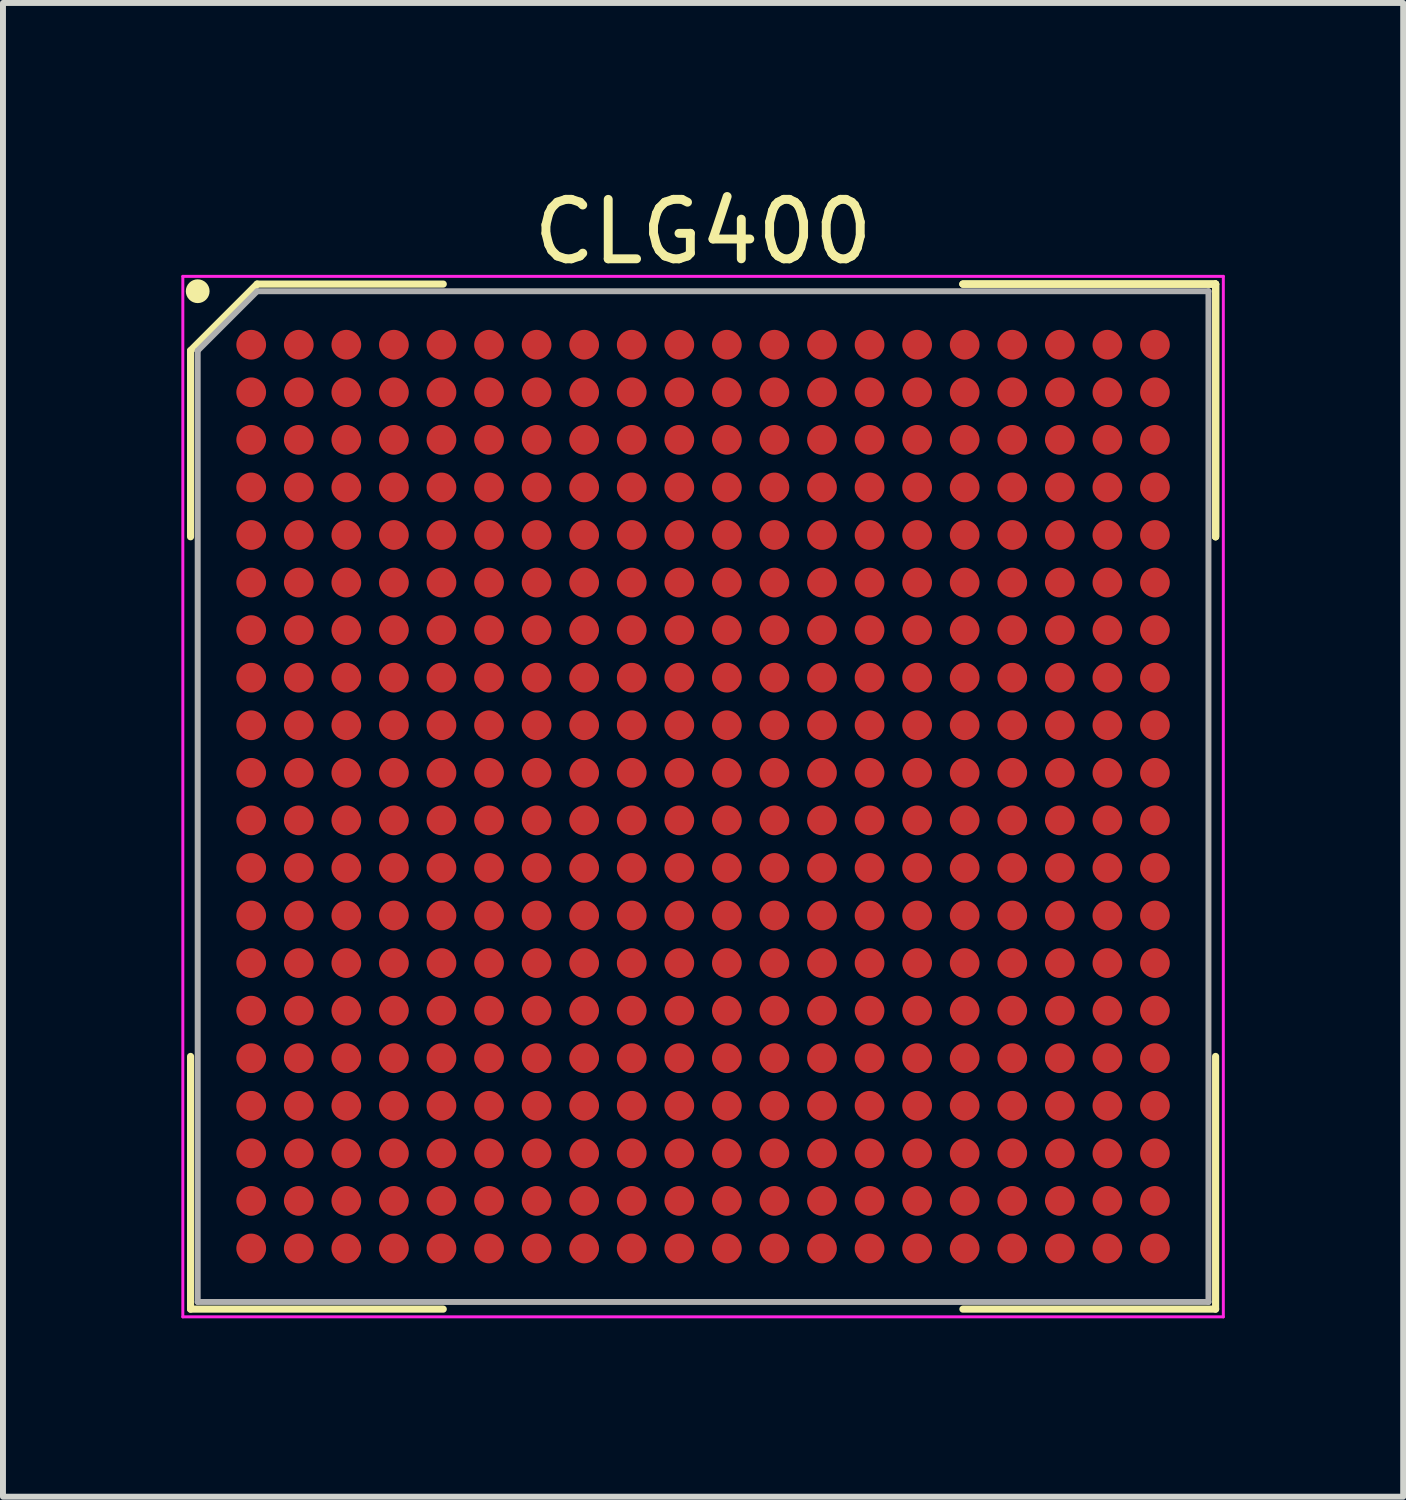
<source format=kicad_pcb>
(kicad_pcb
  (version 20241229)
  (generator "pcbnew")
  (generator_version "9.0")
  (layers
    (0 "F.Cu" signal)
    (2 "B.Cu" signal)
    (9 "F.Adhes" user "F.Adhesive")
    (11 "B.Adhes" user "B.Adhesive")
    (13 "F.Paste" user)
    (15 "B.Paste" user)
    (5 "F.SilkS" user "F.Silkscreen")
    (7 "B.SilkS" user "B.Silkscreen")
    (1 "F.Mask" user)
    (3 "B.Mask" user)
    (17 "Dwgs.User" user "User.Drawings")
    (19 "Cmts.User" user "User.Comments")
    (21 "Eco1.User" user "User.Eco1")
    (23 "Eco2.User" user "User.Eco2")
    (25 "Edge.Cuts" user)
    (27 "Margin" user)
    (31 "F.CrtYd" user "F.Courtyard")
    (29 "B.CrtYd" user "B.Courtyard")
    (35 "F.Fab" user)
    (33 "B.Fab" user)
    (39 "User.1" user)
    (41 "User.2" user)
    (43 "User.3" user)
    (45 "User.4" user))
  (footprint "CLG400"
    (layer "F.Cu")
    (at 8.775 10.348)
    (property "Reference" "CLG400" (at 0 -9.5 0) (layer "F.SilkS") (effects (font (size 1 1) (thickness 0.15))))
    (attr smd)
    (fp_line (start -8.62 -7.5) (end -8.62 -4.37) (stroke (width 0.12) (type solid)) (layer "F.SilkS"))
    (fp_line (start -8.62 8.62) (end -8.62 4.37) (stroke (width 0.12) (type solid)) (layer "F.SilkS"))
    (fp_line (start -7.5 -8.62) (end -8.62 -7.5) (stroke (width 0.12) (type solid)) (layer "F.SilkS"))
    (fp_line (start -4.37 -8.62) (end -7.5 -8.62) (stroke (width 0.12) (type solid)) (layer "F.SilkS"))
    (fp_line (start -4.37 8.62) (end -8.62 8.62) (stroke (width 0.12) (type solid)) (layer "F.SilkS"))
    (fp_line (start 4.37 -8.62) (end 8.62 -8.62) (stroke (width 0.12) (type solid)) (layer "F.SilkS"))
    (fp_line (start 4.37 -8.62) (end 8.62 -8.62) (stroke (width 0.12) (type solid)) (layer "F.SilkS"))
    (fp_line (start 4.37 -8.62) (end 8.62 -8.62) (stroke (width 0.12) (type solid)) (layer "F.SilkS"))
    (fp_line (start 4.37 8.62) (end 8.62 8.62) (stroke (width 0.12) (type solid)) (layer "F.SilkS"))
    (fp_line (start 8.62 -8.62) (end 8.62 -4.37) (stroke (width 0.12) (type solid)) (layer "F.SilkS"))
    (fp_line (start 8.62 -8.62) (end 8.62 -4.37) (stroke (width 0.12) (type solid)) (layer "F.SilkS"))
    (fp_line (start 8.62 -8.62) (end 8.62 -4.37) (stroke (width 0.12) (type solid)) (layer "F.SilkS"))
    (fp_line (start 8.62 8.62) (end 8.62 4.37) (stroke (width 0.12) (type solid)) (layer "F.SilkS"))
    (fp_circle (center -8.5 -8.5) (end -8.5 -8.4) (stroke (width 0.2) (type solid)) (fill no) (layer "F.SilkS"))
    (fp_line (start -8.75 -8.75) (end 8.75 -8.75) (stroke (width 0.05) (type solid)) (layer "F.CrtYd"))
    (fp_line (start -8.75 8.75) (end -8.75 -8.75) (stroke (width 0.05) (type solid)) (layer "F.CrtYd"))
    (fp_line (start 8.75 -8.75) (end 8.75 8.75) (stroke (width 0.05) (type solid)) (layer "F.CrtYd"))
    (fp_line (start 8.75 8.75) (end -8.75 8.75) (stroke (width 0.05) (type solid)) (layer "F.CrtYd"))
    (fp_line (start -8.5 -7.5) (end -8.5 8.5) (stroke (width 0.1) (type solid)) (layer "F.Fab"))
    (fp_line (start -8.5 8.5) (end 8.5 8.5) (stroke (width 0.1) (type solid)) (layer "F.Fab"))
    (fp_line (start -7.5 -8.5) (end -8.5 -7.5) (stroke (width 0.1) (type solid)) (layer "F.Fab"))
    (fp_line (start 8.5 -8.5) (end -7.5 -8.5) (stroke (width 0.1) (type solid)) (layer "F.Fab"))
    (fp_line (start 8.5 8.5) (end 8.5 -8.5) (stroke (width 0.1) (type solid)) (layer "F.Fab"))
    (pad "A1" smd circle (at -7.6 -7.6) (size 0.5 0.5) (layers "F.Cu" "F.Mask" "F.Paste"))
    (pad "A2" smd circle (at -6.8 -7.6) (size 0.5 0.5) (layers "F.Cu" "F.Mask" "F.Paste"))
    (pad "A3" smd circle (at -6 -7.6) (size 0.5 0.5) (layers "F.Cu" "F.Mask" "F.Paste"))
    (pad "A4" smd circle (at -5.2 -7.6) (size 0.5 0.5) (layers "F.Cu" "F.Mask" "F.Paste"))
    (pad "A5" smd circle (at -4.4 -7.6) (size 0.5 0.5) (layers "F.Cu" "F.Mask" "F.Paste"))
    (pad "A6" smd circle (at -3.6 -7.6) (size 0.5 0.5) (layers "F.Cu" "F.Mask" "F.Paste"))
    (pad "A7" smd circle (at -2.8 -7.6) (size 0.5 0.5) (layers "F.Cu" "F.Mask" "F.Paste"))
    (pad "A8" smd circle (at -2 -7.6) (size 0.5 0.5) (layers "F.Cu" "F.Mask" "F.Paste"))
    (pad "A9" smd circle (at -1.2 -7.6) (size 0.5 0.5) (layers "F.Cu" "F.Mask" "F.Paste"))
    (pad "A10" smd circle (at -0.4 -7.6) (size 0.5 0.5) (layers "F.Cu" "F.Mask" "F.Paste"))
    (pad "A11" smd circle (at 0.4 -7.6) (size 0.5 0.5) (layers "F.Cu" "F.Mask" "F.Paste"))
    (pad "A12" smd circle (at 1.2 -7.6) (size 0.5 0.5) (layers "F.Cu" "F.Mask" "F.Paste"))
    (pad "A13" smd circle (at 2 -7.6) (size 0.5 0.5) (layers "F.Cu" "F.Mask" "F.Paste"))
    (pad "A14" smd circle (at 2.8 -7.6) (size 0.5 0.5) (layers "F.Cu" "F.Mask" "F.Paste"))
    (pad "A15" smd circle (at 3.6 -7.6) (size 0.5 0.5) (layers "F.Cu" "F.Mask" "F.Paste"))
    (pad "A16" smd circle (at 4.4 -7.6) (size 0.5 0.5) (layers "F.Cu" "F.Mask" "F.Paste"))
    (pad "A17" smd circle (at 5.2 -7.6) (size 0.5 0.5) (layers "F.Cu" "F.Mask" "F.Paste"))
    (pad "A18" smd circle (at 6 -7.6) (size 0.5 0.5) (layers "F.Cu" "F.Mask" "F.Paste"))
    (pad "A19" smd circle (at 6.8 -7.6) (size 0.5 0.5) (layers "F.Cu" "F.Mask" "F.Paste"))
    (pad "A20" smd circle (at 7.6 -7.6) (size 0.5 0.5) (layers "F.Cu" "F.Mask" "F.Paste"))
    (pad "B1" smd circle (at -7.6 -6.8) (size 0.5 0.5) (layers "F.Cu" "F.Mask" "F.Paste"))
    (pad "B2" smd circle (at -6.8 -6.8) (size 0.5 0.5) (layers "F.Cu" "F.Mask" "F.Paste"))
    (pad "B3" smd circle (at -6 -6.8) (size 0.5 0.5) (layers "F.Cu" "F.Mask" "F.Paste"))
    (pad "B4" smd circle (at -5.2 -6.8) (size 0.5 0.5) (layers "F.Cu" "F.Mask" "F.Paste"))
    (pad "B5" smd circle (at -4.4 -6.8) (size 0.5 0.5) (layers "F.Cu" "F.Mask" "F.Paste"))
    (pad "B6" smd circle (at -3.6 -6.8) (size 0.5 0.5) (layers "F.Cu" "F.Mask" "F.Paste"))
    (pad "B7" smd circle (at -2.8 -6.8) (size 0.5 0.5) (layers "F.Cu" "F.Mask" "F.Paste"))
    (pad "B8" smd circle (at -2 -6.8) (size 0.5 0.5) (layers "F.Cu" "F.Mask" "F.Paste"))
    (pad "B9" smd circle (at -1.2 -6.8) (size 0.5 0.5) (layers "F.Cu" "F.Mask" "F.Paste"))
    (pad "B10" smd circle (at -0.4 -6.8) (size 0.5 0.5) (layers "F.Cu" "F.Mask" "F.Paste"))
    (pad "B11" smd circle (at 0.4 -6.8) (size 0.5 0.5) (layers "F.Cu" "F.Mask" "F.Paste"))
    (pad "B12" smd circle (at 1.2 -6.8) (size 0.5 0.5) (layers "F.Cu" "F.Mask" "F.Paste"))
    (pad "B13" smd circle (at 2 -6.8) (size 0.5 0.5) (layers "F.Cu" "F.Mask" "F.Paste"))
    (pad "B14" smd circle (at 2.8 -6.8) (size 0.5 0.5) (layers "F.Cu" "F.Mask" "F.Paste"))
    (pad "B15" smd circle (at 3.6 -6.8) (size 0.5 0.5) (layers "F.Cu" "F.Mask" "F.Paste"))
    (pad "B16" smd circle (at 4.4 -6.8) (size 0.5 0.5) (layers "F.Cu" "F.Mask" "F.Paste"))
    (pad "B17" smd circle (at 5.2 -6.8) (size 0.5 0.5) (layers "F.Cu" "F.Mask" "F.Paste"))
    (pad "B18" smd circle (at 6 -6.8) (size 0.5 0.5) (layers "F.Cu" "F.Mask" "F.Paste"))
    (pad "B19" smd circle (at 6.8 -6.8) (size 0.5 0.5) (layers "F.Cu" "F.Mask" "F.Paste"))
    (pad "B20" smd circle (at 7.6 -6.8) (size 0.5 0.5) (layers "F.Cu" "F.Mask" "F.Paste"))
    (pad "C1" smd circle (at -7.6 -6) (size 0.5 0.5) (layers "F.Cu" "F.Mask" "F.Paste"))
    (pad "C2" smd circle (at -6.8 -6) (size 0.5 0.5) (layers "F.Cu" "F.Mask" "F.Paste"))
    (pad "C3" smd circle (at -6 -6) (size 0.5 0.5) (layers "F.Cu" "F.Mask" "F.Paste"))
    (pad "C4" smd circle (at -5.2 -6) (size 0.5 0.5) (layers "F.Cu" "F.Mask" "F.Paste"))
    (pad "C5" smd circle (at -4.4 -6) (size 0.5 0.5) (layers "F.Cu" "F.Mask" "F.Paste"))
    (pad "C6" smd circle (at -3.6 -6) (size 0.5 0.5) (layers "F.Cu" "F.Mask" "F.Paste"))
    (pad "C7" smd circle (at -2.8 -6) (size 0.5 0.5) (layers "F.Cu" "F.Mask" "F.Paste"))
    (pad "C8" smd circle (at -2 -6) (size 0.5 0.5) (layers "F.Cu" "F.Mask" "F.Paste"))
    (pad "C9" smd circle (at -1.2 -6) (size 0.5 0.5) (layers "F.Cu" "F.Mask" "F.Paste"))
    (pad "C10" smd circle (at -0.4 -6) (size 0.5 0.5) (layers "F.Cu" "F.Mask" "F.Paste"))
    (pad "C11" smd circle (at 0.4 -6) (size 0.5 0.5) (layers "F.Cu" "F.Mask" "F.Paste"))
    (pad "C12" smd circle (at 1.2 -6) (size 0.5 0.5) (layers "F.Cu" "F.Mask" "F.Paste"))
    (pad "C13" smd circle (at 2 -6) (size 0.5 0.5) (layers "F.Cu" "F.Mask" "F.Paste"))
    (pad "C14" smd circle (at 2.8 -6) (size 0.5 0.5) (layers "F.Cu" "F.Mask" "F.Paste"))
    (pad "C15" smd circle (at 3.6 -6) (size 0.5 0.5) (layers "F.Cu" "F.Mask" "F.Paste"))
    (pad "C16" smd circle (at 4.4 -6) (size 0.5 0.5) (layers "F.Cu" "F.Mask" "F.Paste"))
    (pad "C17" smd circle (at 5.2 -6) (size 0.5 0.5) (layers "F.Cu" "F.Mask" "F.Paste"))
    (pad "C18" smd circle (at 6 -6) (size 0.5 0.5) (layers "F.Cu" "F.Mask" "F.Paste"))
    (pad "C19" smd circle (at 6.8 -6) (size 0.5 0.5) (layers "F.Cu" "F.Mask" "F.Paste"))
    (pad "C20" smd circle (at 7.6 -6) (size 0.5 0.5) (layers "F.Cu" "F.Mask" "F.Paste"))
    (pad "D1" smd circle (at -7.6 -5.2) (size 0.5 0.5) (layers "F.Cu" "F.Mask" "F.Paste"))
    (pad "D2" smd circle (at -6.8 -5.2) (size 0.5 0.5) (layers "F.Cu" "F.Mask" "F.Paste"))
    (pad "D3" smd circle (at -6 -5.2) (size 0.5 0.5) (layers "F.Cu" "F.Mask" "F.Paste"))
    (pad "D4" smd circle (at -5.2 -5.2) (size 0.5 0.5) (layers "F.Cu" "F.Mask" "F.Paste"))
    (pad "D5" smd circle (at -4.4 -5.2) (size 0.5 0.5) (layers "F.Cu" "F.Mask" "F.Paste"))
    (pad "D6" smd circle (at -3.6 -5.2) (size 0.5 0.5) (layers "F.Cu" "F.Mask" "F.Paste"))
    (pad "D7" smd circle (at -2.8 -5.2) (size 0.5 0.5) (layers "F.Cu" "F.Mask" "F.Paste"))
    (pad "D8" smd circle (at -2 -5.2) (size 0.5 0.5) (layers "F.Cu" "F.Mask" "F.Paste"))
    (pad "D9" smd circle (at -1.2 -5.2) (size 0.5 0.5) (layers "F.Cu" "F.Mask" "F.Paste"))
    (pad "D10" smd circle (at -0.4 -5.2) (size 0.5 0.5) (layers "F.Cu" "F.Mask" "F.Paste"))
    (pad "D11" smd circle (at 0.4 -5.2) (size 0.5 0.5) (layers "F.Cu" "F.Mask" "F.Paste"))
    (pad "D12" smd circle (at 1.2 -5.2) (size 0.5 0.5) (layers "F.Cu" "F.Mask" "F.Paste"))
    (pad "D13" smd circle (at 2 -5.2) (size 0.5 0.5) (layers "F.Cu" "F.Mask" "F.Paste"))
    (pad "D14" smd circle (at 2.8 -5.2) (size 0.5 0.5) (layers "F.Cu" "F.Mask" "F.Paste"))
    (pad "D15" smd circle (at 3.6 -5.2) (size 0.5 0.5) (layers "F.Cu" "F.Mask" "F.Paste"))
    (pad "D16" smd circle (at 4.4 -5.2) (size 0.5 0.5) (layers "F.Cu" "F.Mask" "F.Paste"))
    (pad "D17" smd circle (at 5.2 -5.2) (size 0.5 0.5) (layers "F.Cu" "F.Mask" "F.Paste"))
    (pad "D18" smd circle (at 6 -5.2) (size 0.5 0.5) (layers "F.Cu" "F.Mask" "F.Paste"))
    (pad "D19" smd circle (at 6.8 -5.2) (size 0.5 0.5) (layers "F.Cu" "F.Mask" "F.Paste"))
    (pad "D20" smd circle (at 7.6 -5.2) (size 0.5 0.5) (layers "F.Cu" "F.Mask" "F.Paste"))
    (pad "E1" smd circle (at -7.6 -4.4) (size 0.5 0.5) (layers "F.Cu" "F.Mask" "F.Paste"))
    (pad "E2" smd circle (at -6.8 -4.4) (size 0.5 0.5) (layers "F.Cu" "F.Mask" "F.Paste"))
    (pad "E3" smd circle (at -6 -4.4) (size 0.5 0.5) (layers "F.Cu" "F.Mask" "F.Paste"))
    (pad "E4" smd circle (at -5.2 -4.4) (size 0.5 0.5) (layers "F.Cu" "F.Mask" "F.Paste"))
    (pad "E5" smd circle (at -4.4 -4.4) (size 0.5 0.5) (layers "F.Cu" "F.Mask" "F.Paste"))
    (pad "E6" smd circle (at -3.6 -4.4) (size 0.5 0.5) (layers "F.Cu" "F.Mask" "F.Paste"))
    (pad "E7" smd circle (at -2.8 -4.4) (size 0.5 0.5) (layers "F.Cu" "F.Mask" "F.Paste"))
    (pad "E8" smd circle (at -2 -4.4) (size 0.5 0.5) (layers "F.Cu" "F.Mask" "F.Paste"))
    (pad "E9" smd circle (at -1.2 -4.4) (size 0.5 0.5) (layers "F.Cu" "F.Mask" "F.Paste"))
    (pad "E10" smd circle (at -0.4 -4.4) (size 0.5 0.5) (layers "F.Cu" "F.Mask" "F.Paste"))
    (pad "E11" smd circle (at 0.4 -4.4) (size 0.5 0.5) (layers "F.Cu" "F.Mask" "F.Paste"))
    (pad "E12" smd circle (at 1.2 -4.4) (size 0.5 0.5) (layers "F.Cu" "F.Mask" "F.Paste"))
    (pad "E13" smd circle (at 2 -4.4) (size 0.5 0.5) (layers "F.Cu" "F.Mask" "F.Paste"))
    (pad "E14" smd circle (at 2.8 -4.4) (size 0.5 0.5) (layers "F.Cu" "F.Mask" "F.Paste"))
    (pad "E15" smd circle (at 3.6 -4.4) (size 0.5 0.5) (layers "F.Cu" "F.Mask" "F.Paste"))
    (pad "E16" smd circle (at 4.4 -4.4) (size 0.5 0.5) (layers "F.Cu" "F.Mask" "F.Paste"))
    (pad "E17" smd circle (at 5.2 -4.4) (size 0.5 0.5) (layers "F.Cu" "F.Mask" "F.Paste"))
    (pad "E18" smd circle (at 6 -4.4) (size 0.5 0.5) (layers "F.Cu" "F.Mask" "F.Paste"))
    (pad "E19" smd circle (at 6.8 -4.4) (size 0.5 0.5) (layers "F.Cu" "F.Mask" "F.Paste"))
    (pad "E20" smd circle (at 7.6 -4.4) (size 0.5 0.5) (layers "F.Cu" "F.Mask" "F.Paste"))
    (pad "F1" smd circle (at -7.6 -3.6) (size 0.5 0.5) (layers "F.Cu" "F.Mask" "F.Paste"))
    (pad "F2" smd circle (at -6.8 -3.6) (size 0.5 0.5) (layers "F.Cu" "F.Mask" "F.Paste"))
    (pad "F3" smd circle (at -6 -3.6) (size 0.5 0.5) (layers "F.Cu" "F.Mask" "F.Paste"))
    (pad "F4" smd circle (at -5.2 -3.6) (size 0.5 0.5) (layers "F.Cu" "F.Mask" "F.Paste"))
    (pad "F5" smd circle (at -4.4 -3.6) (size 0.5 0.5) (layers "F.Cu" "F.Mask" "F.Paste"))
    (pad "F6" smd circle (at -3.6 -3.6) (size 0.5 0.5) (layers "F.Cu" "F.Mask" "F.Paste"))
    (pad "F7" smd circle (at -2.8 -3.6) (size 0.5 0.5) (layers "F.Cu" "F.Mask" "F.Paste"))
    (pad "F8" smd circle (at -2 -3.6) (size 0.5 0.5) (layers "F.Cu" "F.Mask" "F.Paste"))
    (pad "F9" smd circle (at -1.2 -3.6) (size 0.5 0.5) (layers "F.Cu" "F.Mask" "F.Paste"))
    (pad "F10" smd circle (at -0.4 -3.6) (size 0.5 0.5) (layers "F.Cu" "F.Mask" "F.Paste"))
    (pad "F11" smd circle (at 0.4 -3.6) (size 0.5 0.5) (layers "F.Cu" "F.Mask" "F.Paste"))
    (pad "F12" smd circle (at 1.2 -3.6) (size 0.5 0.5) (layers "F.Cu" "F.Mask" "F.Paste"))
    (pad "F13" smd circle (at 2 -3.6) (size 0.5 0.5) (layers "F.Cu" "F.Mask" "F.Paste"))
    (pad "F14" smd circle (at 2.8 -3.6) (size 0.5 0.5) (layers "F.Cu" "F.Mask" "F.Paste"))
    (pad "F15" smd circle (at 3.6 -3.6) (size 0.5 0.5) (layers "F.Cu" "F.Mask" "F.Paste"))
    (pad "F16" smd circle (at 4.4 -3.6) (size 0.5 0.5) (layers "F.Cu" "F.Mask" "F.Paste"))
    (pad "F17" smd circle (at 5.2 -3.6) (size 0.5 0.5) (layers "F.Cu" "F.Mask" "F.Paste"))
    (pad "F18" smd circle (at 6 -3.6) (size 0.5 0.5) (layers "F.Cu" "F.Mask" "F.Paste"))
    (pad "F19" smd circle (at 6.8 -3.6) (size 0.5 0.5) (layers "F.Cu" "F.Mask" "F.Paste"))
    (pad "F20" smd circle (at 7.6 -3.6) (size 0.5 0.5) (layers "F.Cu" "F.Mask" "F.Paste"))
    (pad "G1" smd circle (at -7.6 -2.8) (size 0.5 0.5) (layers "F.Cu" "F.Mask" "F.Paste"))
    (pad "G2" smd circle (at -6.8 -2.8) (size 0.5 0.5) (layers "F.Cu" "F.Mask" "F.Paste"))
    (pad "G3" smd circle (at -6 -2.8) (size 0.5 0.5) (layers "F.Cu" "F.Mask" "F.Paste"))
    (pad "G4" smd circle (at -5.2 -2.8) (size 0.5 0.5) (layers "F.Cu" "F.Mask" "F.Paste"))
    (pad "G5" smd circle (at -4.4 -2.8) (size 0.5 0.5) (layers "F.Cu" "F.Mask" "F.Paste"))
    (pad "G6" smd circle (at -3.6 -2.8) (size 0.5 0.5) (layers "F.Cu" "F.Mask" "F.Paste"))
    (pad "G7" smd circle (at -2.8 -2.8) (size 0.5 0.5) (layers "F.Cu" "F.Mask" "F.Paste"))
    (pad "G8" smd circle (at -2 -2.8) (size 0.5 0.5) (layers "F.Cu" "F.Mask" "F.Paste"))
    (pad "G9" smd circle (at -1.2 -2.8) (size 0.5 0.5) (layers "F.Cu" "F.Mask" "F.Paste"))
    (pad "G10" smd circle (at -0.4 -2.8) (size 0.5 0.5) (layers "F.Cu" "F.Mask" "F.Paste"))
    (pad "G11" smd circle (at 0.4 -2.8) (size 0.5 0.5) (layers "F.Cu" "F.Mask" "F.Paste"))
    (pad "G12" smd circle (at 1.2 -2.8) (size 0.5 0.5) (layers "F.Cu" "F.Mask" "F.Paste"))
    (pad "G13" smd circle (at 2 -2.8) (size 0.5 0.5) (layers "F.Cu" "F.Mask" "F.Paste"))
    (pad "G14" smd circle (at 2.8 -2.8) (size 0.5 0.5) (layers "F.Cu" "F.Mask" "F.Paste"))
    (pad "G15" smd circle (at 3.6 -2.8) (size 0.5 0.5) (layers "F.Cu" "F.Mask" "F.Paste"))
    (pad "G16" smd circle (at 4.4 -2.8) (size 0.5 0.5) (layers "F.Cu" "F.Mask" "F.Paste"))
    (pad "G17" smd circle (at 5.2 -2.8) (size 0.5 0.5) (layers "F.Cu" "F.Mask" "F.Paste"))
    (pad "G18" smd circle (at 6 -2.8) (size 0.5 0.5) (layers "F.Cu" "F.Mask" "F.Paste"))
    (pad "G19" smd circle (at 6.8 -2.8) (size 0.5 0.5) (layers "F.Cu" "F.Mask" "F.Paste"))
    (pad "G20" smd circle (at 7.6 -2.8) (size 0.5 0.5) (layers "F.Cu" "F.Mask" "F.Paste"))
    (pad "H1" smd circle (at -7.6 -2) (size 0.5 0.5) (layers "F.Cu" "F.Mask" "F.Paste"))
    (pad "H2" smd circle (at -6.8 -2) (size 0.5 0.5) (layers "F.Cu" "F.Mask" "F.Paste"))
    (pad "H3" smd circle (at -6 -2) (size 0.5 0.5) (layers "F.Cu" "F.Mask" "F.Paste"))
    (pad "H4" smd circle (at -5.2 -2) (size 0.5 0.5) (layers "F.Cu" "F.Mask" "F.Paste"))
    (pad "H5" smd circle (at -4.4 -2) (size 0.5 0.5) (layers "F.Cu" "F.Mask" "F.Paste"))
    (pad "H6" smd circle (at -3.6 -2) (size 0.5 0.5) (layers "F.Cu" "F.Mask" "F.Paste"))
    (pad "H7" smd circle (at -2.8 -2) (size 0.5 0.5) (layers "F.Cu" "F.Mask" "F.Paste"))
    (pad "H8" smd circle (at -2 -2) (size 0.5 0.5) (layers "F.Cu" "F.Mask" "F.Paste"))
    (pad "H9" smd circle (at -1.2 -2) (size 0.5 0.5) (layers "F.Cu" "F.Mask" "F.Paste"))
    (pad "H10" smd circle (at -0.4 -2) (size 0.5 0.5) (layers "F.Cu" "F.Mask" "F.Paste"))
    (pad "H11" smd circle (at 0.4 -2) (size 0.5 0.5) (layers "F.Cu" "F.Mask" "F.Paste"))
    (pad "H12" smd circle (at 1.2 -2) (size 0.5 0.5) (layers "F.Cu" "F.Mask" "F.Paste"))
    (pad "H13" smd circle (at 2 -2) (size 0.5 0.5) (layers "F.Cu" "F.Mask" "F.Paste"))
    (pad "H14" smd circle (at 2.8 -2) (size 0.5 0.5) (layers "F.Cu" "F.Mask" "F.Paste"))
    (pad "H15" smd circle (at 3.6 -2) (size 0.5 0.5) (layers "F.Cu" "F.Mask" "F.Paste"))
    (pad "H16" smd circle (at 4.4 -2) (size 0.5 0.5) (layers "F.Cu" "F.Mask" "F.Paste"))
    (pad "H17" smd circle (at 5.2 -2) (size 0.5 0.5) (layers "F.Cu" "F.Mask" "F.Paste"))
    (pad "H18" smd circle (at 6 -2) (size 0.5 0.5) (layers "F.Cu" "F.Mask" "F.Paste"))
    (pad "H19" smd circle (at 6.8 -2) (size 0.5 0.5) (layers "F.Cu" "F.Mask" "F.Paste"))
    (pad "H20" smd circle (at 7.6 -2) (size 0.5 0.5) (layers "F.Cu" "F.Mask" "F.Paste"))
    (pad "J1" smd circle (at -7.6 -1.2) (size 0.5 0.5) (layers "F.Cu" "F.Mask" "F.Paste"))
    (pad "J2" smd circle (at -6.8 -1.2) (size 0.5 0.5) (layers "F.Cu" "F.Mask" "F.Paste"))
    (pad "J3" smd circle (at -6 -1.2) (size 0.5 0.5) (layers "F.Cu" "F.Mask" "F.Paste"))
    (pad "J4" smd circle (at -5.2 -1.2) (size 0.5 0.5) (layers "F.Cu" "F.Mask" "F.Paste"))
    (pad "J5" smd circle (at -4.4 -1.2) (size 0.5 0.5) (layers "F.Cu" "F.Mask" "F.Paste"))
    (pad "J6" smd circle (at -3.6 -1.2) (size 0.5 0.5) (layers "F.Cu" "F.Mask" "F.Paste"))
    (pad "J7" smd circle (at -2.8 -1.2) (size 0.5 0.5) (layers "F.Cu" "F.Mask" "F.Paste"))
    (pad "J8" smd circle (at -2 -1.2) (size 0.5 0.5) (layers "F.Cu" "F.Mask" "F.Paste"))
    (pad "J9" smd circle (at -1.2 -1.2) (size 0.5 0.5) (layers "F.Cu" "F.Mask" "F.Paste"))
    (pad "J10" smd circle (at -0.4 -1.2) (size 0.5 0.5) (layers "F.Cu" "F.Mask" "F.Paste"))
    (pad "J11" smd circle (at 0.4 -1.2) (size 0.5 0.5) (layers "F.Cu" "F.Mask" "F.Paste"))
    (pad "J12" smd circle (at 1.2 -1.2) (size 0.5 0.5) (layers "F.Cu" "F.Mask" "F.Paste"))
    (pad "J13" smd circle (at 2 -1.2) (size 0.5 0.5) (layers "F.Cu" "F.Mask" "F.Paste"))
    (pad "J14" smd circle (at 2.8 -1.2) (size 0.5 0.5) (layers "F.Cu" "F.Mask" "F.Paste"))
    (pad "J15" smd circle (at 3.6 -1.2) (size 0.5 0.5) (layers "F.Cu" "F.Mask" "F.Paste"))
    (pad "J16" smd circle (at 4.4 -1.2) (size 0.5 0.5) (layers "F.Cu" "F.Mask" "F.Paste"))
    (pad "J17" smd circle (at 5.2 -1.2) (size 0.5 0.5) (layers "F.Cu" "F.Mask" "F.Paste"))
    (pad "J18" smd circle (at 6 -1.2) (size 0.5 0.5) (layers "F.Cu" "F.Mask" "F.Paste"))
    (pad "J19" smd circle (at 6.8 -1.2) (size 0.5 0.5) (layers "F.Cu" "F.Mask" "F.Paste"))
    (pad "J20" smd circle (at 7.6 -1.2) (size 0.5 0.5) (layers "F.Cu" "F.Mask" "F.Paste"))
    (pad "K1" smd circle (at -7.6 -0.4) (size 0.5 0.5) (layers "F.Cu" "F.Mask" "F.Paste"))
    (pad "K2" smd circle (at -6.8 -0.4) (size 0.5 0.5) (layers "F.Cu" "F.Mask" "F.Paste"))
    (pad "K3" smd circle (at -6 -0.4) (size 0.5 0.5) (layers "F.Cu" "F.Mask" "F.Paste"))
    (pad "K4" smd circle (at -5.2 -0.4) (size 0.5 0.5) (layers "F.Cu" "F.Mask" "F.Paste"))
    (pad "K5" smd circle (at -4.4 -0.4) (size 0.5 0.5) (layers "F.Cu" "F.Mask" "F.Paste"))
    (pad "K6" smd circle (at -3.6 -0.4) (size 0.5 0.5) (layers "F.Cu" "F.Mask" "F.Paste"))
    (pad "K7" smd circle (at -2.8 -0.4) (size 0.5 0.5) (layers "F.Cu" "F.Mask" "F.Paste"))
    (pad "K8" smd circle (at -2 -0.4) (size 0.5 0.5) (layers "F.Cu" "F.Mask" "F.Paste"))
    (pad "K9" smd circle (at -1.2 -0.4) (size 0.5 0.5) (layers "F.Cu" "F.Mask" "F.Paste"))
    (pad "K10" smd circle (at -0.4 -0.4) (size 0.5 0.5) (layers "F.Cu" "F.Mask" "F.Paste"))
    (pad "K11" smd circle (at 0.4 -0.4) (size 0.5 0.5) (layers "F.Cu" "F.Mask" "F.Paste"))
    (pad "K12" smd circle (at 1.2 -0.4) (size 0.5 0.5) (layers "F.Cu" "F.Mask" "F.Paste"))
    (pad "K13" smd circle (at 2 -0.4) (size 0.5 0.5) (layers "F.Cu" "F.Mask" "F.Paste"))
    (pad "K14" smd circle (at 2.8 -0.4) (size 0.5 0.5) (layers "F.Cu" "F.Mask" "F.Paste"))
    (pad "K15" smd circle (at 3.6 -0.4) (size 0.5 0.5) (layers "F.Cu" "F.Mask" "F.Paste"))
    (pad "K16" smd circle (at 4.4 -0.4) (size 0.5 0.5) (layers "F.Cu" "F.Mask" "F.Paste"))
    (pad "K17" smd circle (at 5.2 -0.4) (size 0.5 0.5) (layers "F.Cu" "F.Mask" "F.Paste"))
    (pad "K18" smd circle (at 6 -0.4) (size 0.5 0.5) (layers "F.Cu" "F.Mask" "F.Paste"))
    (pad "K19" smd circle (at 6.8 -0.4) (size 0.5 0.5) (layers "F.Cu" "F.Mask" "F.Paste"))
    (pad "K20" smd circle (at 7.6 -0.4) (size 0.5 0.5) (layers "F.Cu" "F.Mask" "F.Paste"))
    (pad "L1" smd circle (at -7.6 0.4) (size 0.5 0.5) (layers "F.Cu" "F.Mask" "F.Paste"))
    (pad "L2" smd circle (at -6.8 0.4) (size 0.5 0.5) (layers "F.Cu" "F.Mask" "F.Paste"))
    (pad "L3" smd circle (at -6 0.4) (size 0.5 0.5) (layers "F.Cu" "F.Mask" "F.Paste"))
    (pad "L4" smd circle (at -5.2 0.4) (size 0.5 0.5) (layers "F.Cu" "F.Mask" "F.Paste"))
    (pad "L5" smd circle (at -4.4 0.4) (size 0.5 0.5) (layers "F.Cu" "F.Mask" "F.Paste"))
    (pad "L6" smd circle (at -3.6 0.4) (size 0.5 0.5) (layers "F.Cu" "F.Mask" "F.Paste"))
    (pad "L7" smd circle (at -2.8 0.4) (size 0.5 0.5) (layers "F.Cu" "F.Mask" "F.Paste"))
    (pad "L8" smd circle (at -2 0.4) (size 0.5 0.5) (layers "F.Cu" "F.Mask" "F.Paste"))
    (pad "L9" smd circle (at -1.2 0.4) (size 0.5 0.5) (layers "F.Cu" "F.Mask" "F.Paste"))
    (pad "L10" smd circle (at -0.4 0.4) (size 0.5 0.5) (layers "F.Cu" "F.Mask" "F.Paste"))
    (pad "L11" smd circle (at 0.4 0.4) (size 0.5 0.5) (layers "F.Cu" "F.Mask" "F.Paste"))
    (pad "L12" smd circle (at 1.2 0.4) (size 0.5 0.5) (layers "F.Cu" "F.Mask" "F.Paste"))
    (pad "L13" smd circle (at 2 0.4) (size 0.5 0.5) (layers "F.Cu" "F.Mask" "F.Paste"))
    (pad "L14" smd circle (at 2.8 0.4) (size 0.5 0.5) (layers "F.Cu" "F.Mask" "F.Paste"))
    (pad "L15" smd circle (at 3.6 0.4) (size 0.5 0.5) (layers "F.Cu" "F.Mask" "F.Paste"))
    (pad "L16" smd circle (at 4.4 0.4) (size 0.5 0.5) (layers "F.Cu" "F.Mask" "F.Paste"))
    (pad "L17" smd circle (at 5.2 0.4) (size 0.5 0.5) (layers "F.Cu" "F.Mask" "F.Paste"))
    (pad "L18" smd circle (at 6 0.4) (size 0.5 0.5) (layers "F.Cu" "F.Mask" "F.Paste"))
    (pad "L19" smd circle (at 6.8 0.4) (size 0.5 0.5) (layers "F.Cu" "F.Mask" "F.Paste"))
    (pad "L20" smd circle (at 7.6 0.4) (size 0.5 0.5) (layers "F.Cu" "F.Mask" "F.Paste"))
    (pad "M1" smd circle (at -7.6 1.2) (size 0.5 0.5) (layers "F.Cu" "F.Mask" "F.Paste"))
    (pad "M2" smd circle (at -6.8 1.2) (size 0.5 0.5) (layers "F.Cu" "F.Mask" "F.Paste"))
    (pad "M3" smd circle (at -6 1.2) (size 0.5 0.5) (layers "F.Cu" "F.Mask" "F.Paste"))
    (pad "M4" smd circle (at -5.2 1.2) (size 0.5 0.5) (layers "F.Cu" "F.Mask" "F.Paste"))
    (pad "M5" smd circle (at -4.4 1.2) (size 0.5 0.5) (layers "F.Cu" "F.Mask" "F.Paste"))
    (pad "M6" smd circle (at -3.6 1.2) (size 0.5 0.5) (layers "F.Cu" "F.Mask" "F.Paste"))
    (pad "M7" smd circle (at -2.8 1.2) (size 0.5 0.5) (layers "F.Cu" "F.Mask" "F.Paste"))
    (pad "M8" smd circle (at -2 1.2) (size 0.5 0.5) (layers "F.Cu" "F.Mask" "F.Paste"))
    (pad "M9" smd circle (at -1.2 1.2) (size 0.5 0.5) (layers "F.Cu" "F.Mask" "F.Paste"))
    (pad "M10" smd circle (at -0.4 1.2) (size 0.5 0.5) (layers "F.Cu" "F.Mask" "F.Paste"))
    (pad "M11" smd circle (at 0.4 1.2) (size 0.5 0.5) (layers "F.Cu" "F.Mask" "F.Paste"))
    (pad "M12" smd circle (at 1.2 1.2) (size 0.5 0.5) (layers "F.Cu" "F.Mask" "F.Paste"))
    (pad "M13" smd circle (at 2 1.2) (size 0.5 0.5) (layers "F.Cu" "F.Mask" "F.Paste"))
    (pad "M14" smd circle (at 2.8 1.2) (size 0.5 0.5) (layers "F.Cu" "F.Mask" "F.Paste"))
    (pad "M15" smd circle (at 3.6 1.2) (size 0.5 0.5) (layers "F.Cu" "F.Mask" "F.Paste"))
    (pad "M16" smd circle (at 4.4 1.2) (size 0.5 0.5) (layers "F.Cu" "F.Mask" "F.Paste"))
    (pad "M17" smd circle (at 5.2 1.2) (size 0.5 0.5) (layers "F.Cu" "F.Mask" "F.Paste"))
    (pad "M18" smd circle (at 6 1.2) (size 0.5 0.5) (layers "F.Cu" "F.Mask" "F.Paste"))
    (pad "M19" smd circle (at 6.8 1.2) (size 0.5 0.5) (layers "F.Cu" "F.Mask" "F.Paste"))
    (pad "M20" smd circle (at 7.6 1.2) (size 0.5 0.5) (layers "F.Cu" "F.Mask" "F.Paste"))
    (pad "N1" smd circle (at -7.6 2) (size 0.5 0.5) (layers "F.Cu" "F.Mask" "F.Paste"))
    (pad "N2" smd circle (at -6.8 2) (size 0.5 0.5) (layers "F.Cu" "F.Mask" "F.Paste"))
    (pad "N3" smd circle (at -6 2) (size 0.5 0.5) (layers "F.Cu" "F.Mask" "F.Paste"))
    (pad "N4" smd circle (at -5.2 2) (size 0.5 0.5) (layers "F.Cu" "F.Mask" "F.Paste"))
    (pad "N5" smd circle (at -4.4 2) (size 0.5 0.5) (layers "F.Cu" "F.Mask" "F.Paste"))
    (pad "N6" smd circle (at -3.6 2) (size 0.5 0.5) (layers "F.Cu" "F.Mask" "F.Paste"))
    (pad "N7" smd circle (at -2.8 2) (size 0.5 0.5) (layers "F.Cu" "F.Mask" "F.Paste"))
    (pad "N8" smd circle (at -2 2) (size 0.5 0.5) (layers "F.Cu" "F.Mask" "F.Paste"))
    (pad "N9" smd circle (at -1.2 2) (size 0.5 0.5) (layers "F.Cu" "F.Mask" "F.Paste"))
    (pad "N10" smd circle (at -0.4 2) (size 0.5 0.5) (layers "F.Cu" "F.Mask" "F.Paste"))
    (pad "N11" smd circle (at 0.4 2) (size 0.5 0.5) (layers "F.Cu" "F.Mask" "F.Paste"))
    (pad "N12" smd circle (at 1.2 2) (size 0.5 0.5) (layers "F.Cu" "F.Mask" "F.Paste"))
    (pad "N13" smd circle (at 2 2) (size 0.5 0.5) (layers "F.Cu" "F.Mask" "F.Paste"))
    (pad "N14" smd circle (at 2.8 2) (size 0.5 0.5) (layers "F.Cu" "F.Mask" "F.Paste"))
    (pad "N15" smd circle (at 3.6 2) (size 0.5 0.5) (layers "F.Cu" "F.Mask" "F.Paste"))
    (pad "N16" smd circle (at 4.4 2) (size 0.5 0.5) (layers "F.Cu" "F.Mask" "F.Paste"))
    (pad "N17" smd circle (at 5.2 2) (size 0.5 0.5) (layers "F.Cu" "F.Mask" "F.Paste"))
    (pad "N18" smd circle (at 6 2) (size 0.5 0.5) (layers "F.Cu" "F.Mask" "F.Paste"))
    (pad "N19" smd circle (at 6.8 2) (size 0.5 0.5) (layers "F.Cu" "F.Mask" "F.Paste"))
    (pad "N20" smd circle (at 7.6 2) (size 0.5 0.5) (layers "F.Cu" "F.Mask" "F.Paste"))
    (pad "P1" smd circle (at -7.6 2.8) (size 0.5 0.5) (layers "F.Cu" "F.Mask" "F.Paste"))
    (pad "P2" smd circle (at -6.8 2.8) (size 0.5 0.5) (layers "F.Cu" "F.Mask" "F.Paste"))
    (pad "P3" smd circle (at -6 2.8) (size 0.5 0.5) (layers "F.Cu" "F.Mask" "F.Paste"))
    (pad "P4" smd circle (at -5.2 2.8) (size 0.5 0.5) (layers "F.Cu" "F.Mask" "F.Paste"))
    (pad "P5" smd circle (at -4.4 2.8) (size 0.5 0.5) (layers "F.Cu" "F.Mask" "F.Paste"))
    (pad "P6" smd circle (at -3.6 2.8) (size 0.5 0.5) (layers "F.Cu" "F.Mask" "F.Paste"))
    (pad "P7" smd circle (at -2.8 2.8) (size 0.5 0.5) (layers "F.Cu" "F.Mask" "F.Paste"))
    (pad "P8" smd circle (at -2 2.8) (size 0.5 0.5) (layers "F.Cu" "F.Mask" "F.Paste"))
    (pad "P9" smd circle (at -1.2 2.8) (size 0.5 0.5) (layers "F.Cu" "F.Mask" "F.Paste"))
    (pad "P10" smd circle (at -0.4 2.8) (size 0.5 0.5) (layers "F.Cu" "F.Mask" "F.Paste"))
    (pad "P11" smd circle (at 0.4 2.8) (size 0.5 0.5) (layers "F.Cu" "F.Mask" "F.Paste"))
    (pad "P12" smd circle (at 1.2 2.8) (size 0.5 0.5) (layers "F.Cu" "F.Mask" "F.Paste"))
    (pad "P13" smd circle (at 2 2.8) (size 0.5 0.5) (layers "F.Cu" "F.Mask" "F.Paste"))
    (pad "P14" smd circle (at 2.8 2.8) (size 0.5 0.5) (layers "F.Cu" "F.Mask" "F.Paste"))
    (pad "P15" smd circle (at 3.6 2.8) (size 0.5 0.5) (layers "F.Cu" "F.Mask" "F.Paste"))
    (pad "P16" smd circle (at 4.4 2.8) (size 0.5 0.5) (layers "F.Cu" "F.Mask" "F.Paste"))
    (pad "P17" smd circle (at 5.2 2.8) (size 0.5 0.5) (layers "F.Cu" "F.Mask" "F.Paste"))
    (pad "P18" smd circle (at 6 2.8) (size 0.5 0.5) (layers "F.Cu" "F.Mask" "F.Paste"))
    (pad "P19" smd circle (at 6.8 2.8) (size 0.5 0.5) (layers "F.Cu" "F.Mask" "F.Paste"))
    (pad "P20" smd circle (at 7.6 2.8) (size 0.5 0.5) (layers "F.Cu" "F.Mask" "F.Paste"))
    (pad "R1" smd circle (at -7.6 3.6) (size 0.5 0.5) (layers "F.Cu" "F.Mask" "F.Paste"))
    (pad "R2" smd circle (at -6.8 3.6) (size 0.5 0.5) (layers "F.Cu" "F.Mask" "F.Paste"))
    (pad "R3" smd circle (at -6 3.6) (size 0.5 0.5) (layers "F.Cu" "F.Mask" "F.Paste"))
    (pad "R4" smd circle (at -5.2 3.6) (size 0.5 0.5) (layers "F.Cu" "F.Mask" "F.Paste"))
    (pad "R5" smd circle (at -4.4 3.6) (size 0.5 0.5) (layers "F.Cu" "F.Mask" "F.Paste"))
    (pad "R6" smd circle (at -3.6 3.6) (size 0.5 0.5) (layers "F.Cu" "F.Mask" "F.Paste"))
    (pad "R7" smd circle (at -2.8 3.6) (size 0.5 0.5) (layers "F.Cu" "F.Mask" "F.Paste"))
    (pad "R8" smd circle (at -2 3.6) (size 0.5 0.5) (layers "F.Cu" "F.Mask" "F.Paste"))
    (pad "R9" smd circle (at -1.2 3.6) (size 0.5 0.5) (layers "F.Cu" "F.Mask" "F.Paste"))
    (pad "R10" smd circle (at -0.4 3.6) (size 0.5 0.5) (layers "F.Cu" "F.Mask" "F.Paste"))
    (pad "R11" smd circle (at 0.4 3.6) (size 0.5 0.5) (layers "F.Cu" "F.Mask" "F.Paste"))
    (pad "R12" smd circle (at 1.2 3.6) (size 0.5 0.5) (layers "F.Cu" "F.Mask" "F.Paste"))
    (pad "R13" smd circle (at 2 3.6) (size 0.5 0.5) (layers "F.Cu" "F.Mask" "F.Paste"))
    (pad "R14" smd circle (at 2.8 3.6) (size 0.5 0.5) (layers "F.Cu" "F.Mask" "F.Paste"))
    (pad "R15" smd circle (at 3.6 3.6) (size 0.5 0.5) (layers "F.Cu" "F.Mask" "F.Paste"))
    (pad "R16" smd circle (at 4.4 3.6) (size 0.5 0.5) (layers "F.Cu" "F.Mask" "F.Paste"))
    (pad "R17" smd circle (at 5.2 3.6) (size 0.5 0.5) (layers "F.Cu" "F.Mask" "F.Paste"))
    (pad "R18" smd circle (at 6 3.6) (size 0.5 0.5) (layers "F.Cu" "F.Mask" "F.Paste"))
    (pad "R19" smd circle (at 6.8 3.6) (size 0.5 0.5) (layers "F.Cu" "F.Mask" "F.Paste"))
    (pad "R20" smd circle (at 7.6 3.6) (size 0.5 0.5) (layers "F.Cu" "F.Mask" "F.Paste"))
    (pad "T1" smd circle (at -7.6 4.4) (size 0.5 0.5) (layers "F.Cu" "F.Mask" "F.Paste"))
    (pad "T2" smd circle (at -6.8 4.4) (size 0.5 0.5) (layers "F.Cu" "F.Mask" "F.Paste"))
    (pad "T3" smd circle (at -6 4.4) (size 0.5 0.5) (layers "F.Cu" "F.Mask" "F.Paste"))
    (pad "T4" smd circle (at -5.2 4.4) (size 0.5 0.5) (layers "F.Cu" "F.Mask" "F.Paste"))
    (pad "T5" smd circle (at -4.4 4.4) (size 0.5 0.5) (layers "F.Cu" "F.Mask" "F.Paste"))
    (pad "T6" smd circle (at -3.6 4.4) (size 0.5 0.5) (layers "F.Cu" "F.Mask" "F.Paste"))
    (pad "T7" smd circle (at -2.8 4.4) (size 0.5 0.5) (layers "F.Cu" "F.Mask" "F.Paste"))
    (pad "T8" smd circle (at -2 4.4) (size 0.5 0.5) (layers "F.Cu" "F.Mask" "F.Paste"))
    (pad "T9" smd circle (at -1.2 4.4) (size 0.5 0.5) (layers "F.Cu" "F.Mask" "F.Paste"))
    (pad "T10" smd circle (at -0.4 4.4) (size 0.5 0.5) (layers "F.Cu" "F.Mask" "F.Paste"))
    (pad "T11" smd circle (at 0.4 4.4) (size 0.5 0.5) (layers "F.Cu" "F.Mask" "F.Paste"))
    (pad "T12" smd circle (at 1.2 4.4) (size 0.5 0.5) (layers "F.Cu" "F.Mask" "F.Paste"))
    (pad "T13" smd circle (at 2 4.4) (size 0.5 0.5) (layers "F.Cu" "F.Mask" "F.Paste"))
    (pad "T14" smd circle (at 2.8 4.4) (size 0.5 0.5) (layers "F.Cu" "F.Mask" "F.Paste"))
    (pad "T15" smd circle (at 3.6 4.4) (size 0.5 0.5) (layers "F.Cu" "F.Mask" "F.Paste"))
    (pad "T16" smd circle (at 4.4 4.4) (size 0.5 0.5) (layers "F.Cu" "F.Mask" "F.Paste"))
    (pad "T17" smd circle (at 5.2 4.4) (size 0.5 0.5) (layers "F.Cu" "F.Mask" "F.Paste"))
    (pad "T18" smd circle (at 6 4.4) (size 0.5 0.5) (layers "F.Cu" "F.Mask" "F.Paste"))
    (pad "T19" smd circle (at 6.8 4.4) (size 0.5 0.5) (layers "F.Cu" "F.Mask" "F.Paste"))
    (pad "T20" smd circle (at 7.6 4.4) (size 0.5 0.5) (layers "F.Cu" "F.Mask" "F.Paste"))
    (pad "U1" smd circle (at -7.6 5.2) (size 0.5 0.5) (layers "F.Cu" "F.Mask" "F.Paste"))
    (pad "U2" smd circle (at -6.8 5.2) (size 0.5 0.5) (layers "F.Cu" "F.Mask" "F.Paste"))
    (pad "U3" smd circle (at -6 5.2) (size 0.5 0.5) (layers "F.Cu" "F.Mask" "F.Paste"))
    (pad "U4" smd circle (at -5.2 5.2) (size 0.5 0.5) (layers "F.Cu" "F.Mask" "F.Paste"))
    (pad "U5" smd circle (at -4.4 5.2) (size 0.5 0.5) (layers "F.Cu" "F.Mask" "F.Paste"))
    (pad "U6" smd circle (at -3.6 5.2) (size 0.5 0.5) (layers "F.Cu" "F.Mask" "F.Paste"))
    (pad "U7" smd circle (at -2.8 5.2) (size 0.5 0.5) (layers "F.Cu" "F.Mask" "F.Paste"))
    (pad "U8" smd circle (at -2 5.2) (size 0.5 0.5) (layers "F.Cu" "F.Mask" "F.Paste"))
    (pad "U9" smd circle (at -1.2 5.2) (size 0.5 0.5) (layers "F.Cu" "F.Mask" "F.Paste"))
    (pad "U10" smd circle (at -0.4 5.2) (size 0.5 0.5) (layers "F.Cu" "F.Mask" "F.Paste"))
    (pad "U11" smd circle (at 0.4 5.2) (size 0.5 0.5) (layers "F.Cu" "F.Mask" "F.Paste"))
    (pad "U12" smd circle (at 1.2 5.2) (size 0.5 0.5) (layers "F.Cu" "F.Mask" "F.Paste"))
    (pad "U13" smd circle (at 2 5.2) (size 0.5 0.5) (layers "F.Cu" "F.Mask" "F.Paste"))
    (pad "U14" smd circle (at 2.8 5.2) (size 0.5 0.5) (layers "F.Cu" "F.Mask" "F.Paste"))
    (pad "U15" smd circle (at 3.6 5.2) (size 0.5 0.5) (layers "F.Cu" "F.Mask" "F.Paste"))
    (pad "U16" smd circle (at 4.4 5.2) (size 0.5 0.5) (layers "F.Cu" "F.Mask" "F.Paste"))
    (pad "U17" smd circle (at 5.2 5.2) (size 0.5 0.5) (layers "F.Cu" "F.Mask" "F.Paste"))
    (pad "U18" smd circle (at 6 5.2) (size 0.5 0.5) (layers "F.Cu" "F.Mask" "F.Paste"))
    (pad "U19" smd circle (at 6.8 5.2) (size 0.5 0.5) (layers "F.Cu" "F.Mask" "F.Paste"))
    (pad "U20" smd circle (at 7.6 5.2) (size 0.5 0.5) (layers "F.Cu" "F.Mask" "F.Paste"))
    (pad "V1" smd circle (at -7.6 6) (size 0.5 0.5) (layers "F.Cu" "F.Mask" "F.Paste"))
    (pad "V2" smd circle (at -6.8 6) (size 0.5 0.5) (layers "F.Cu" "F.Mask" "F.Paste"))
    (pad "V3" smd circle (at -6 6) (size 0.5 0.5) (layers "F.Cu" "F.Mask" "F.Paste"))
    (pad "V4" smd circle (at -5.2 6) (size 0.5 0.5) (layers "F.Cu" "F.Mask" "F.Paste"))
    (pad "V5" smd circle (at -4.4 6) (size 0.5 0.5) (layers "F.Cu" "F.Mask" "F.Paste"))
    (pad "V6" smd circle (at -3.6 6) (size 0.5 0.5) (layers "F.Cu" "F.Mask" "F.Paste"))
    (pad "V7" smd circle (at -2.8 6) (size 0.5 0.5) (layers "F.Cu" "F.Mask" "F.Paste"))
    (pad "V8" smd circle (at -2 6) (size 0.5 0.5) (layers "F.Cu" "F.Mask" "F.Paste"))
    (pad "V9" smd circle (at -1.2 6) (size 0.5 0.5) (layers "F.Cu" "F.Mask" "F.Paste"))
    (pad "V10" smd circle (at -0.4 6) (size 0.5 0.5) (layers "F.Cu" "F.Mask" "F.Paste"))
    (pad "V11" smd circle (at 0.4 6) (size 0.5 0.5) (layers "F.Cu" "F.Mask" "F.Paste"))
    (pad "V12" smd circle (at 1.2 6) (size 0.5 0.5) (layers "F.Cu" "F.Mask" "F.Paste"))
    (pad "V13" smd circle (at 2 6) (size 0.5 0.5) (layers "F.Cu" "F.Mask" "F.Paste"))
    (pad "V14" smd circle (at 2.8 6) (size 0.5 0.5) (layers "F.Cu" "F.Mask" "F.Paste"))
    (pad "V15" smd circle (at 3.6 6) (size 0.5 0.5) (layers "F.Cu" "F.Mask" "F.Paste"))
    (pad "V16" smd circle (at 4.4 6) (size 0.5 0.5) (layers "F.Cu" "F.Mask" "F.Paste"))
    (pad "V17" smd circle (at 5.2 6) (size 0.5 0.5) (layers "F.Cu" "F.Mask" "F.Paste"))
    (pad "V18" smd circle (at 6 6) (size 0.5 0.5) (layers "F.Cu" "F.Mask" "F.Paste"))
    (pad "V19" smd circle (at 6.8 6) (size 0.5 0.5) (layers "F.Cu" "F.Mask" "F.Paste"))
    (pad "V20" smd circle (at 7.6 6) (size 0.5 0.5) (layers "F.Cu" "F.Mask" "F.Paste"))
    (pad "W1" smd circle (at -7.6 6.8) (size 0.5 0.5) (layers "F.Cu" "F.Mask" "F.Paste"))
    (pad "W2" smd circle (at -6.8 6.8) (size 0.5 0.5) (layers "F.Cu" "F.Mask" "F.Paste"))
    (pad "W3" smd circle (at -6 6.8) (size 0.5 0.5) (layers "F.Cu" "F.Mask" "F.Paste"))
    (pad "W4" smd circle (at -5.2 6.8) (size 0.5 0.5) (layers "F.Cu" "F.Mask" "F.Paste"))
    (pad "W5" smd circle (at -4.4 6.8) (size 0.5 0.5) (layers "F.Cu" "F.Mask" "F.Paste"))
    (pad "W6" smd circle (at -3.6 6.8) (size 0.5 0.5) (layers "F.Cu" "F.Mask" "F.Paste"))
    (pad "W7" smd circle (at -2.8 6.8) (size 0.5 0.5) (layers "F.Cu" "F.Mask" "F.Paste"))
    (pad "W8" smd circle (at -2 6.8) (size 0.5 0.5) (layers "F.Cu" "F.Mask" "F.Paste"))
    (pad "W9" smd circle (at -1.2 6.8) (size 0.5 0.5) (layers "F.Cu" "F.Mask" "F.Paste"))
    (pad "W10" smd circle (at -0.4 6.8) (size 0.5 0.5) (layers "F.Cu" "F.Mask" "F.Paste"))
    (pad "W11" smd circle (at 0.4 6.8) (size 0.5 0.5) (layers "F.Cu" "F.Mask" "F.Paste"))
    (pad "W12" smd circle (at 1.2 6.8) (size 0.5 0.5) (layers "F.Cu" "F.Mask" "F.Paste"))
    (pad "W13" smd circle (at 2 6.8) (size 0.5 0.5) (layers "F.Cu" "F.Mask" "F.Paste"))
    (pad "W14" smd circle (at 2.8 6.8) (size 0.5 0.5) (layers "F.Cu" "F.Mask" "F.Paste"))
    (pad "W15" smd circle (at 3.6 6.8) (size 0.5 0.5) (layers "F.Cu" "F.Mask" "F.Paste"))
    (pad "W16" smd circle (at 4.4 6.8) (size 0.5 0.5) (layers "F.Cu" "F.Mask" "F.Paste"))
    (pad "W17" smd circle (at 5.2 6.8) (size 0.5 0.5) (layers "F.Cu" "F.Mask" "F.Paste"))
    (pad "W18" smd circle (at 6 6.8) (size 0.5 0.5) (layers "F.Cu" "F.Mask" "F.Paste"))
    (pad "W19" smd circle (at 6.8 6.8) (size 0.5 0.5) (layers "F.Cu" "F.Mask" "F.Paste"))
    (pad "W20" smd circle (at 7.6 6.8) (size 0.5 0.5) (layers "F.Cu" "F.Mask" "F.Paste"))
    (pad "Y1" smd circle (at -7.6 7.6) (size 0.5 0.5) (layers "F.Cu" "F.Mask" "F.Paste"))
    (pad "Y2" smd circle (at -6.8 7.6) (size 0.5 0.5) (layers "F.Cu" "F.Mask" "F.Paste"))
    (pad "Y3" smd circle (at -6 7.6) (size 0.5 0.5) (layers "F.Cu" "F.Mask" "F.Paste"))
    (pad "Y4" smd circle (at -5.2 7.6) (size 0.5 0.5) (layers "F.Cu" "F.Mask" "F.Paste"))
    (pad "Y5" smd circle (at -4.4 7.6) (size 0.5 0.5) (layers "F.Cu" "F.Mask" "F.Paste"))
    (pad "Y6" smd circle (at -3.6 7.6) (size 0.5 0.5) (layers "F.Cu" "F.Mask" "F.Paste"))
    (pad "Y7" smd circle (at -2.8 7.6) (size 0.5 0.5) (layers "F.Cu" "F.Mask" "F.Paste"))
    (pad "Y8" smd circle (at -2 7.6) (size 0.5 0.5) (layers "F.Cu" "F.Mask" "F.Paste"))
    (pad "Y9" smd circle (at -1.2 7.6) (size 0.5 0.5) (layers "F.Cu" "F.Mask" "F.Paste"))
    (pad "Y10" smd circle (at -0.4 7.6) (size 0.5 0.5) (layers "F.Cu" "F.Mask" "F.Paste"))
    (pad "Y11" smd circle (at 0.4 7.6) (size 0.5 0.5) (layers "F.Cu" "F.Mask" "F.Paste"))
    (pad "Y12" smd circle (at 1.2 7.6) (size 0.5 0.5) (layers "F.Cu" "F.Mask" "F.Paste"))
    (pad "Y13" smd circle (at 2 7.6) (size 0.5 0.5) (layers "F.Cu" "F.Mask" "F.Paste"))
    (pad "Y14" smd circle (at 2.8 7.6) (size 0.5 0.5) (layers "F.Cu" "F.Mask" "F.Paste"))
    (pad "Y15" smd circle (at 3.6 7.6) (size 0.5 0.5) (layers "F.Cu" "F.Mask" "F.Paste"))
    (pad "Y16" smd circle (at 4.4 7.6) (size 0.5 0.5) (layers "F.Cu" "F.Mask" "F.Paste"))
    (pad "Y17" smd circle (at 5.2 7.6) (size 0.5 0.5) (layers "F.Cu" "F.Mask" "F.Paste"))
    (pad "Y18" smd circle (at 6 7.6) (size 0.5 0.5) (layers "F.Cu" "F.Mask" "F.Paste"))
    (pad "Y19" smd circle (at 6.8 7.6) (size 0.5 0.5) (layers "F.Cu" "F.Mask" "F.Paste"))
    (pad "Y20" smd circle (at 7.6 7.6) (size 0.5 0.5) (layers "F.Cu" "F.Mask" "F.Paste")))
  (gr_rect
    (start -3 -3)
    (end 20.55 22.123)
    (stroke (width 0.1) (type default))
    (fill no)
    (layer "Edge.Cuts")))
</source>
